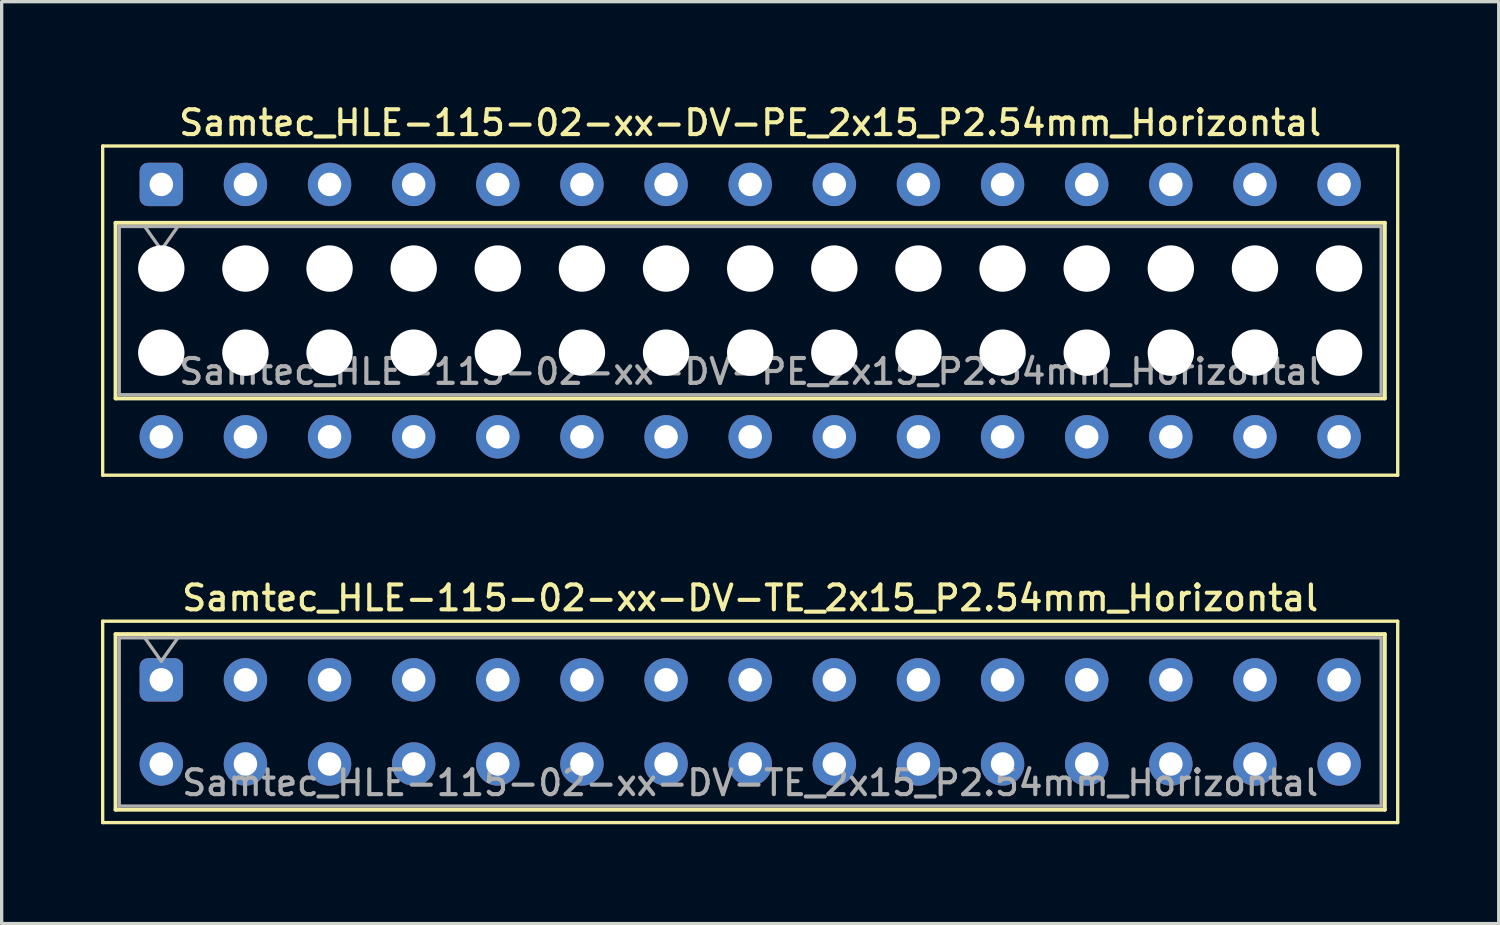
<source format=kicad_pcb>
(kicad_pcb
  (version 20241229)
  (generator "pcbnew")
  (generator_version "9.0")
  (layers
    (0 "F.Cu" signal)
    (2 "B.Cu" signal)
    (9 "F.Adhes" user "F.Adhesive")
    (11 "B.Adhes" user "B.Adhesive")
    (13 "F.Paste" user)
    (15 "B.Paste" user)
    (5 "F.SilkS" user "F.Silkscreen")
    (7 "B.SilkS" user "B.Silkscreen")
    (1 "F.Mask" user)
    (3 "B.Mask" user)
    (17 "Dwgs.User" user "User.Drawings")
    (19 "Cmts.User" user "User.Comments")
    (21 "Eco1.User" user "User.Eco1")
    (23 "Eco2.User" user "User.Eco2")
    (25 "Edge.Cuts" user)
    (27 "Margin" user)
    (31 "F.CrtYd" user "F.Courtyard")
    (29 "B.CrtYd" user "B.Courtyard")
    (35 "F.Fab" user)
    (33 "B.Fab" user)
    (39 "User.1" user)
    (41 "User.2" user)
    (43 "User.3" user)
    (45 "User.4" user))
  (footprint "Samtec_HLE-115-02-xx-DV-PE_2x15_P2.54mm_Horizontal"
    (layer "F.Cu")
    (at 1.82 2.518)
    (property "Reference" "Samtec_HLE-115-02-xx-DV-PE_2x15_P2.54mm_Horizontal" (at 17.78 -1.86 0) (layer "F.SilkS") (effects (font (size 0.75 0.75) (thickness 0.125))))
    (attr through_hole)
    (fp_line (start -1.77 -1.16) (end 37.33 -1.16) (stroke (width 0.1) (type solid)) (layer "F.SilkS"))
    (fp_line (start -1.77 8.78) (end -1.77 -1.16) (stroke (width 0.1) (type solid)) (layer "F.SilkS"))
    (fp_line (start -1.38 1.16) (end 36.94 1.16) (stroke (width 0.12) (type solid)) (layer "F.SilkS"))
    (fp_line (start -1.38 6.46) (end -1.38 1.16) (stroke (width 0.12) (type solid)) (layer "F.SilkS"))
    (fp_line (start 36.94 1.16) (end 36.94 6.46) (stroke (width 0.12) (type solid)) (layer "F.SilkS"))
    (fp_line (start 36.94 6.46) (end -1.38 6.46) (stroke (width 0.12) (type solid)) (layer "F.SilkS"))
    (fp_line (start 37.33 -1.16) (end 37.33 8.78) (stroke (width 0.1) (type solid)) (layer "F.SilkS"))
    (fp_line (start 37.33 8.78) (end -1.77 8.78) (stroke (width 0.1) (type solid)) (layer "F.SilkS"))
    (fp_line (start -1.27 1.27) (end 36.83 1.27) (stroke (width 0.1) (type solid)) (layer "F.Fab"))
    (fp_line (start -1.27 6.35) (end -1.27 1.27) (stroke (width 0.1) (type solid)) (layer "F.Fab"))
    (fp_line (start -0.5 1.27) (end 0 1.977) (stroke (width 0.1) (type solid)) (layer "F.Fab"))
    (fp_line (start 0 1.977) (end 0.5 1.27) (stroke (width 0.1) (type solid)) (layer "F.Fab"))
    (fp_line (start 36.83 1.27) (end 36.83 6.35) (stroke (width 0.1) (type solid)) (layer "F.Fab"))
    (fp_line (start 36.83 6.35) (end -1.27 6.35) (stroke (width 0.1) (type solid)) (layer "F.Fab"))
    (fp_text user "${REFERENCE}" (at 17.78 5.65 0) (layer "F.Fab") (effects (font (size 0.75 0.75) (thickness 0.125))))
    (pad "" np_thru_hole circle (at 0 2.54) (size 1.4 1.4) (drill 1.4) (layers "*.Cu" "*.Mask"))
    (pad "" np_thru_hole circle (at 0 5.08) (size 1.4 1.4) (drill 1.4) (layers "*.Cu" "*.Mask"))
    (pad "" np_thru_hole circle (at 2.54 2.54) (size 1.4 1.4) (drill 1.4) (layers "*.Cu" "*.Mask"))
    (pad "" np_thru_hole circle (at 2.54 5.08) (size 1.4 1.4) (drill 1.4) (layers "*.Cu" "*.Mask"))
    (pad "" np_thru_hole circle (at 5.08 2.54) (size 1.4 1.4) (drill 1.4) (layers "*.Cu" "*.Mask"))
    (pad "" np_thru_hole circle (at 5.08 5.08) (size 1.4 1.4) (drill 1.4) (layers "*.Cu" "*.Mask"))
    (pad "" np_thru_hole circle (at 7.62 2.54) (size 1.4 1.4) (drill 1.4) (layers "*.Cu" "*.Mask"))
    (pad "" np_thru_hole circle (at 7.62 5.08) (size 1.4 1.4) (drill 1.4) (layers "*.Cu" "*.Mask"))
    (pad "" np_thru_hole circle (at 10.16 2.54) (size 1.4 1.4) (drill 1.4) (layers "*.Cu" "*.Mask"))
    (pad "" np_thru_hole circle (at 10.16 5.08) (size 1.4 1.4) (drill 1.4) (layers "*.Cu" "*.Mask"))
    (pad "" np_thru_hole circle (at 12.7 2.54) (size 1.4 1.4) (drill 1.4) (layers "*.Cu" "*.Mask"))
    (pad "" np_thru_hole circle (at 12.7 5.08) (size 1.4 1.4) (drill 1.4) (layers "*.Cu" "*.Mask"))
    (pad "" np_thru_hole circle (at 15.24 2.54) (size 1.4 1.4) (drill 1.4) (layers "*.Cu" "*.Mask"))
    (pad "" np_thru_hole circle (at 15.24 5.08) (size 1.4 1.4) (drill 1.4) (layers "*.Cu" "*.Mask"))
    (pad "" np_thru_hole circle (at 17.78 2.54) (size 1.4 1.4) (drill 1.4) (layers "*.Cu" "*.Mask"))
    (pad "" np_thru_hole circle (at 17.78 5.08) (size 1.4 1.4) (drill 1.4) (layers "*.Cu" "*.Mask"))
    (pad "" np_thru_hole circle (at 20.32 2.54) (size 1.4 1.4) (drill 1.4) (layers "*.Cu" "*.Mask"))
    (pad "" np_thru_hole circle (at 20.32 5.08) (size 1.4 1.4) (drill 1.4) (layers "*.Cu" "*.Mask"))
    (pad "" np_thru_hole circle (at 22.86 2.54) (size 1.4 1.4) (drill 1.4) (layers "*.Cu" "*.Mask"))
    (pad "" np_thru_hole circle (at 22.86 5.08) (size 1.4 1.4) (drill 1.4) (layers "*.Cu" "*.Mask"))
    (pad "" np_thru_hole circle (at 25.4 2.54) (size 1.4 1.4) (drill 1.4) (layers "*.Cu" "*.Mask"))
    (pad "" np_thru_hole circle (at 25.4 5.08) (size 1.4 1.4) (drill 1.4) (layers "*.Cu" "*.Mask"))
    (pad "" np_thru_hole circle (at 27.94 2.54) (size 1.4 1.4) (drill 1.4) (layers "*.Cu" "*.Mask"))
    (pad "" np_thru_hole circle (at 27.94 5.08) (size 1.4 1.4) (drill 1.4) (layers "*.Cu" "*.Mask"))
    (pad "" np_thru_hole circle (at 30.48 2.54) (size 1.4 1.4) (drill 1.4) (layers "*.Cu" "*.Mask"))
    (pad "" np_thru_hole circle (at 30.48 5.08) (size 1.4 1.4) (drill 1.4) (layers "*.Cu" "*.Mask"))
    (pad "" np_thru_hole circle (at 33.02 2.54) (size 1.4 1.4) (drill 1.4) (layers "*.Cu" "*.Mask"))
    (pad "" np_thru_hole circle (at 33.02 5.08) (size 1.4 1.4) (drill 1.4) (layers "*.Cu" "*.Mask"))
    (pad "" np_thru_hole circle (at 35.56 2.54) (size 1.4 1.4) (drill 1.4) (layers "*.Cu" "*.Mask"))
    (pad "" np_thru_hole circle (at 35.56 5.08) (size 1.4 1.4) (drill 1.4) (layers "*.Cu" "*.Mask"))
    (pad "1" thru_hole roundrect (at 0 0) (size 1.31 1.31) (drill 0.71) (layers "*.Cu" "*.Mask") (roundrect_rratio 0.191))
    (pad "2" thru_hole circle (at 0 7.62) (size 1.31 1.31) (drill 0.71) (layers "*.Cu" "*.Mask"))
    (pad "3" thru_hole circle (at 2.54 0) (size 1.31 1.31) (drill 0.71) (layers "*.Cu" "*.Mask"))
    (pad "4" thru_hole circle (at 2.54 7.62) (size 1.31 1.31) (drill 0.71) (layers "*.Cu" "*.Mask"))
    (pad "5" thru_hole circle (at 5.08 0) (size 1.31 1.31) (drill 0.71) (layers "*.Cu" "*.Mask"))
    (pad "6" thru_hole circle (at 5.08 7.62) (size 1.31 1.31) (drill 0.71) (layers "*.Cu" "*.Mask"))
    (pad "7" thru_hole circle (at 7.62 0) (size 1.31 1.31) (drill 0.71) (layers "*.Cu" "*.Mask"))
    (pad "8" thru_hole circle (at 7.62 7.62) (size 1.31 1.31) (drill 0.71) (layers "*.Cu" "*.Mask"))
    (pad "9" thru_hole circle (at 10.16 0) (size 1.31 1.31) (drill 0.71) (layers "*.Cu" "*.Mask"))
    (pad "10" thru_hole circle (at 10.16 7.62) (size 1.31 1.31) (drill 0.71) (layers "*.Cu" "*.Mask"))
    (pad "11" thru_hole circle (at 12.7 0) (size 1.31 1.31) (drill 0.71) (layers "*.Cu" "*.Mask"))
    (pad "12" thru_hole circle (at 12.7 7.62) (size 1.31 1.31) (drill 0.71) (layers "*.Cu" "*.Mask"))
    (pad "13" thru_hole circle (at 15.24 0) (size 1.31 1.31) (drill 0.71) (layers "*.Cu" "*.Mask"))
    (pad "14" thru_hole circle (at 15.24 7.62) (size 1.31 1.31) (drill 0.71) (layers "*.Cu" "*.Mask"))
    (pad "15" thru_hole circle (at 17.78 0) (size 1.31 1.31) (drill 0.71) (layers "*.Cu" "*.Mask"))
    (pad "16" thru_hole circle (at 17.78 7.62) (size 1.31 1.31) (drill 0.71) (layers "*.Cu" "*.Mask"))
    (pad "17" thru_hole circle (at 20.32 0) (size 1.31 1.31) (drill 0.71) (layers "*.Cu" "*.Mask"))
    (pad "18" thru_hole circle (at 20.32 7.62) (size 1.31 1.31) (drill 0.71) (layers "*.Cu" "*.Mask"))
    (pad "19" thru_hole circle (at 22.86 0) (size 1.31 1.31) (drill 0.71) (layers "*.Cu" "*.Mask"))
    (pad "20" thru_hole circle (at 22.86 7.62) (size 1.31 1.31) (drill 0.71) (layers "*.Cu" "*.Mask"))
    (pad "21" thru_hole circle (at 25.4 0) (size 1.31 1.31) (drill 0.71) (layers "*.Cu" "*.Mask"))
    (pad "22" thru_hole circle (at 25.4 7.62) (size 1.31 1.31) (drill 0.71) (layers "*.Cu" "*.Mask"))
    (pad "23" thru_hole circle (at 27.94 0) (size 1.31 1.31) (drill 0.71) (layers "*.Cu" "*.Mask"))
    (pad "24" thru_hole circle (at 27.94 7.62) (size 1.31 1.31) (drill 0.71) (layers "*.Cu" "*.Mask"))
    (pad "25" thru_hole circle (at 30.48 0) (size 1.31 1.31) (drill 0.71) (layers "*.Cu" "*.Mask"))
    (pad "26" thru_hole circle (at 30.48 7.62) (size 1.31 1.31) (drill 0.71) (layers "*.Cu" "*.Mask"))
    (pad "27" thru_hole circle (at 33.02 0) (size 1.31 1.31) (drill 0.71) (layers "*.Cu" "*.Mask"))
    (pad "28" thru_hole circle (at 33.02 7.62) (size 1.31 1.31) (drill 0.71) (layers "*.Cu" "*.Mask"))
    (pad "29" thru_hole circle (at 35.56 0) (size 1.31 1.31) (drill 0.71) (layers "*.Cu" "*.Mask"))
    (pad "30" thru_hole circle (at 35.56 7.62) (size 1.31 1.31) (drill 0.71) (layers "*.Cu" "*.Mask")))
  (footprint "Samtec_HLE-115-02-xx-DV-TE_2x15_P2.54mm_Horizontal"
    (layer "F.Cu")
    (at 1.82 17.476)
    (property "Reference" "Samtec_HLE-115-02-xx-DV-TE_2x15_P2.54mm_Horizontal" (at 17.78 -2.47 0) (layer "F.SilkS") (effects (font (size 0.75 0.75) (thickness 0.125))))
    (attr through_hole)
    (fp_line (start -1.77 -1.77) (end 37.33 -1.77) (stroke (width 0.1) (type solid)) (layer "F.SilkS"))
    (fp_line (start -1.77 4.31) (end -1.77 -1.77) (stroke (width 0.1) (type solid)) (layer "F.SilkS"))
    (fp_line (start -1.38 -1.38) (end 36.94 -1.38) (stroke (width 0.12) (type solid)) (layer "F.SilkS"))
    (fp_line (start -1.38 3.92) (end -1.38 -1.38) (stroke (width 0.12) (type solid)) (layer "F.SilkS"))
    (fp_line (start 36.94 -1.38) (end 36.94 3.92) (stroke (width 0.12) (type solid)) (layer "F.SilkS"))
    (fp_line (start 36.94 3.92) (end -1.38 3.92) (stroke (width 0.12) (type solid)) (layer "F.SilkS"))
    (fp_line (start 37.33 -1.77) (end 37.33 4.31) (stroke (width 0.1) (type solid)) (layer "F.SilkS"))
    (fp_line (start 37.33 4.31) (end -1.77 4.31) (stroke (width 0.1) (type solid)) (layer "F.SilkS"))
    (fp_line (start -1.27 -1.27) (end 36.83 -1.27) (stroke (width 0.1) (type solid)) (layer "F.Fab"))
    (fp_line (start -1.27 3.81) (end -1.27 -1.27) (stroke (width 0.1) (type solid)) (layer "F.Fab"))
    (fp_line (start -0.5 -1.27) (end 0 -0.563) (stroke (width 0.1) (type solid)) (layer "F.Fab"))
    (fp_line (start 0 -0.563) (end 0.5 -1.27) (stroke (width 0.1) (type solid)) (layer "F.Fab"))
    (fp_line (start 36.83 -1.27) (end 36.83 3.81) (stroke (width 0.1) (type solid)) (layer "F.Fab"))
    (fp_line (start 36.83 3.81) (end -1.27 3.81) (stroke (width 0.1) (type solid)) (layer "F.Fab"))
    (fp_text user "${REFERENCE}" (at 17.78 3.11 0) (layer "F.Fab") (effects (font (size 0.75 0.75) (thickness 0.125))))
    (pad "1" thru_hole roundrect (at 0 0) (size 1.31 1.31) (drill 0.71) (layers "*.Cu" "*.Mask") (roundrect_rratio 0.191))
    (pad "2" thru_hole circle (at 0 2.54) (size 1.31 1.31) (drill 0.71) (layers "*.Cu" "*.Mask"))
    (pad "3" thru_hole circle (at 2.54 0) (size 1.31 1.31) (drill 0.71) (layers "*.Cu" "*.Mask"))
    (pad "4" thru_hole circle (at 2.54 2.54) (size 1.31 1.31) (drill 0.71) (layers "*.Cu" "*.Mask"))
    (pad "5" thru_hole circle (at 5.08 0) (size 1.31 1.31) (drill 0.71) (layers "*.Cu" "*.Mask"))
    (pad "6" thru_hole circle (at 5.08 2.54) (size 1.31 1.31) (drill 0.71) (layers "*.Cu" "*.Mask"))
    (pad "7" thru_hole circle (at 7.62 0) (size 1.31 1.31) (drill 0.71) (layers "*.Cu" "*.Mask"))
    (pad "8" thru_hole circle (at 7.62 2.54) (size 1.31 1.31) (drill 0.71) (layers "*.Cu" "*.Mask"))
    (pad "9" thru_hole circle (at 10.16 0) (size 1.31 1.31) (drill 0.71) (layers "*.Cu" "*.Mask"))
    (pad "10" thru_hole circle (at 10.16 2.54) (size 1.31 1.31) (drill 0.71) (layers "*.Cu" "*.Mask"))
    (pad "11" thru_hole circle (at 12.7 0) (size 1.31 1.31) (drill 0.71) (layers "*.Cu" "*.Mask"))
    (pad "12" thru_hole circle (at 12.7 2.54) (size 1.31 1.31) (drill 0.71) (layers "*.Cu" "*.Mask"))
    (pad "13" thru_hole circle (at 15.24 0) (size 1.31 1.31) (drill 0.71) (layers "*.Cu" "*.Mask"))
    (pad "14" thru_hole circle (at 15.24 2.54) (size 1.31 1.31) (drill 0.71) (layers "*.Cu" "*.Mask"))
    (pad "15" thru_hole circle (at 17.78 0) (size 1.31 1.31) (drill 0.71) (layers "*.Cu" "*.Mask"))
    (pad "16" thru_hole circle (at 17.78 2.54) (size 1.31 1.31) (drill 0.71) (layers "*.Cu" "*.Mask"))
    (pad "17" thru_hole circle (at 20.32 0) (size 1.31 1.31) (drill 0.71) (layers "*.Cu" "*.Mask"))
    (pad "18" thru_hole circle (at 20.32 2.54) (size 1.31 1.31) (drill 0.71) (layers "*.Cu" "*.Mask"))
    (pad "19" thru_hole circle (at 22.86 0) (size 1.31 1.31) (drill 0.71) (layers "*.Cu" "*.Mask"))
    (pad "20" thru_hole circle (at 22.86 2.54) (size 1.31 1.31) (drill 0.71) (layers "*.Cu" "*.Mask"))
    (pad "21" thru_hole circle (at 25.4 0) (size 1.31 1.31) (drill 0.71) (layers "*.Cu" "*.Mask"))
    (pad "22" thru_hole circle (at 25.4 2.54) (size 1.31 1.31) (drill 0.71) (layers "*.Cu" "*.Mask"))
    (pad "23" thru_hole circle (at 27.94 0) (size 1.31 1.31) (drill 0.71) (layers "*.Cu" "*.Mask"))
    (pad "24" thru_hole circle (at 27.94 2.54) (size 1.31 1.31) (drill 0.71) (layers "*.Cu" "*.Mask"))
    (pad "25" thru_hole circle (at 30.48 0) (size 1.31 1.31) (drill 0.71) (layers "*.Cu" "*.Mask"))
    (pad "26" thru_hole circle (at 30.48 2.54) (size 1.31 1.31) (drill 0.71) (layers "*.Cu" "*.Mask"))
    (pad "27" thru_hole circle (at 33.02 0) (size 1.31 1.31) (drill 0.71) (layers "*.Cu" "*.Mask"))
    (pad "28" thru_hole circle (at 33.02 2.54) (size 1.31 1.31) (drill 0.71) (layers "*.Cu" "*.Mask"))
    (pad "29" thru_hole circle (at 35.56 0) (size 1.31 1.31) (drill 0.71) (layers "*.Cu" "*.Mask"))
    (pad "30" thru_hole circle (at 35.56 2.54) (size 1.31 1.31) (drill 0.71) (layers "*.Cu" "*.Mask")))
  (gr_rect
    (start -3 -3)
    (end 42.2 24.836)
    (stroke (width 0.1) (type default))
    (fill no)
    (layer "Edge.Cuts")))
</source>
